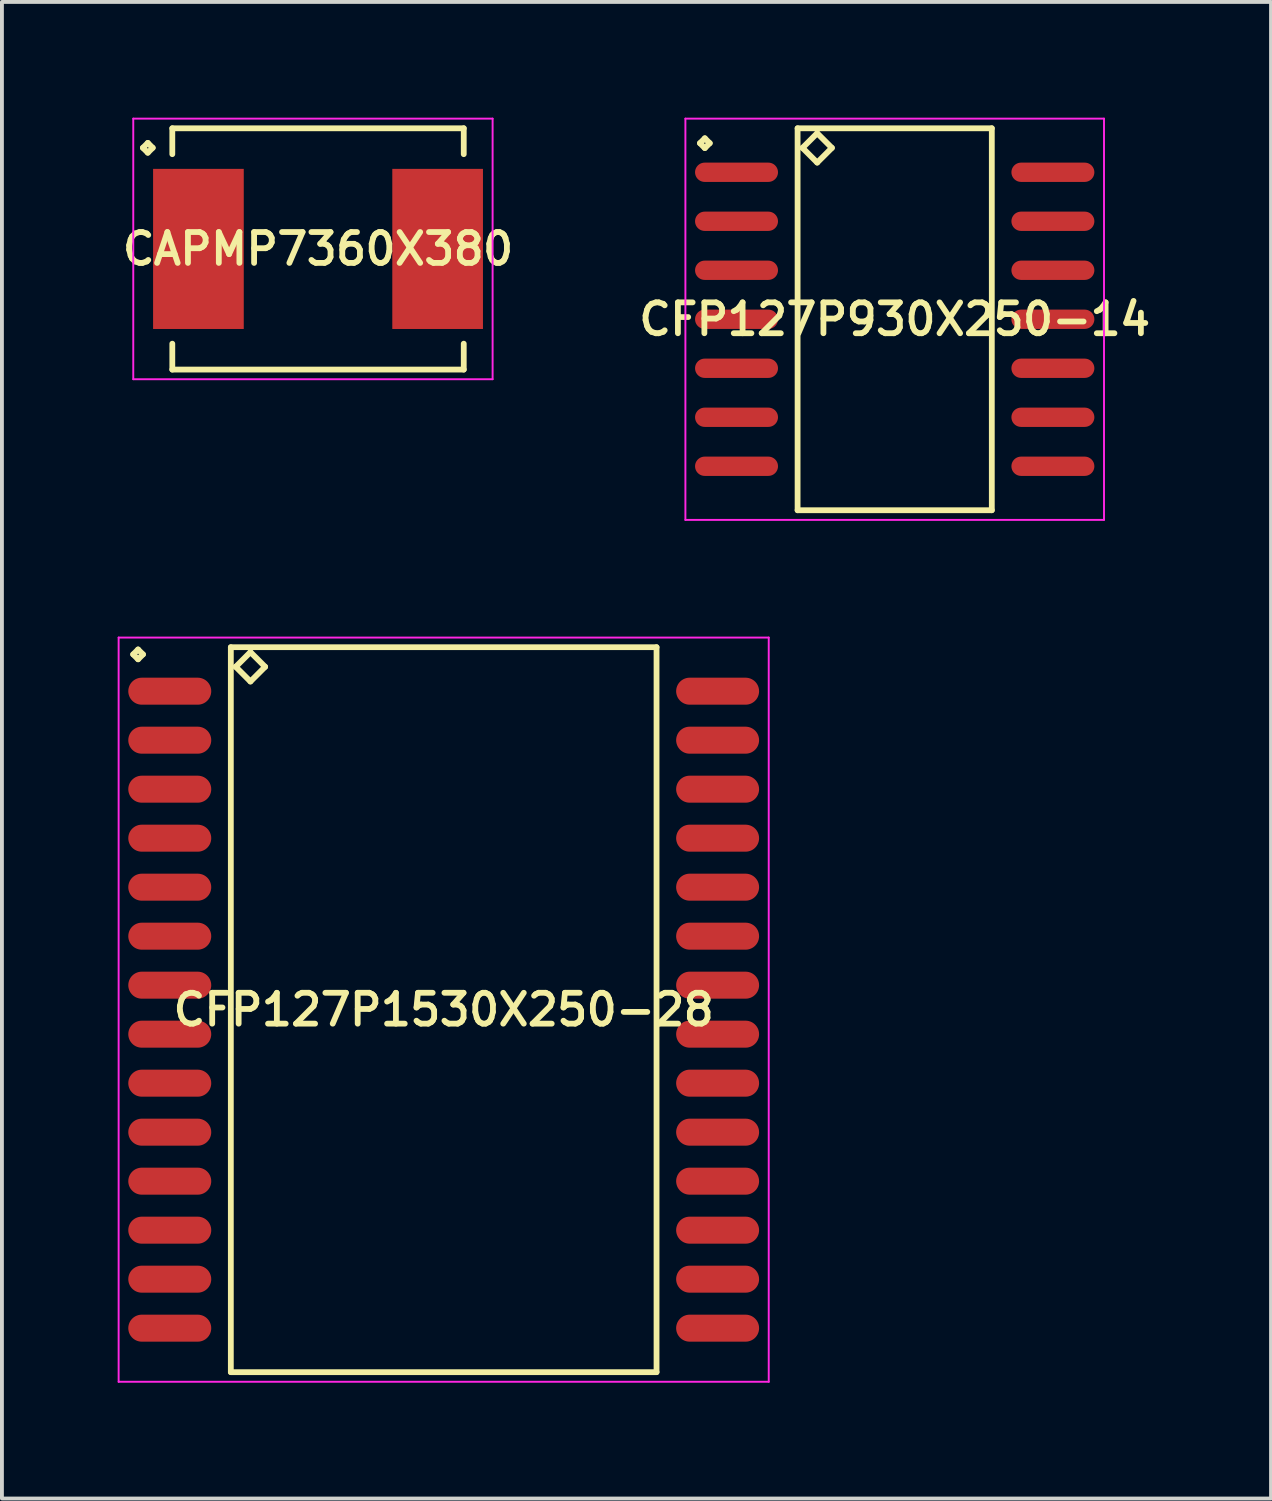
<source format=kicad_pcb>
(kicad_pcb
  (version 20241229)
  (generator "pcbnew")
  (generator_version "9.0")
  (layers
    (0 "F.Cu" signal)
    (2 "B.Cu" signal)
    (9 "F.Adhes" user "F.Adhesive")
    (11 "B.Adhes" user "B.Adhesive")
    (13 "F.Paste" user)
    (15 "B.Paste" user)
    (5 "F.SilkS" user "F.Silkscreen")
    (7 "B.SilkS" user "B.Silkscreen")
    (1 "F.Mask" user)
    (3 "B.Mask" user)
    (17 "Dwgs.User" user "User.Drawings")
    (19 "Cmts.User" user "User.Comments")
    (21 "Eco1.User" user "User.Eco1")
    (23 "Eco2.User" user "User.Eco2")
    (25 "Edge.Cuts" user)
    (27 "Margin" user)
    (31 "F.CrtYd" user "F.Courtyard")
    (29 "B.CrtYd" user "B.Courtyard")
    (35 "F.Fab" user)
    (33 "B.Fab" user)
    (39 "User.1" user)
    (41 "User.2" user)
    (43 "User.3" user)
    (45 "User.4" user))
  (footprint "CFP127P930X250-14"
    (layer "F.Cu")
    (at 20.14 5.225)
    (property "Reference" "CFP127P930X250-14" (at 0 0 0) (layer "F.SilkS") (effects (font (size 0.8 0.8) (thickness 0.15))))
    (attr smd)
    (fp_line (start -5.048 -4.564) (end -4.921 -4.691) (stroke (width 0.15) (type solid)) (layer "F.SilkS"))
    (fp_line (start -4.921 -4.691) (end -4.794 -4.564) (stroke (width 0.15) (type solid)) (layer "F.SilkS"))
    (fp_line (start -4.921 -4.437) (end -5.048 -4.564) (stroke (width 0.15) (type solid)) (layer "F.SilkS"))
    (fp_line (start -4.794 -4.564) (end -4.921 -4.437) (stroke (width 0.15) (type solid)) (layer "F.SilkS"))
    (fp_line (start -2.517 -4.95) (end -2.517 4.95) (stroke (width 0.15) (type solid)) (layer "F.SilkS"))
    (fp_line (start -2.517 4.95) (end 2.517 4.95) (stroke (width 0.15) (type solid)) (layer "F.SilkS"))
    (fp_line (start -2.39 -4.442) (end -2.009 -4.823) (stroke (width 0.15) (type solid)) (layer "F.SilkS"))
    (fp_line (start -2.009 -4.823) (end -1.628 -4.442) (stroke (width 0.15) (type solid)) (layer "F.SilkS"))
    (fp_line (start -2.009 -4.061) (end -2.39 -4.442) (stroke (width 0.15) (type solid)) (layer "F.SilkS"))
    (fp_line (start -1.628 -4.442) (end -2.009 -4.061) (stroke (width 0.15) (type solid)) (layer "F.SilkS"))
    (fp_line (start 2.517 -4.95) (end -2.517 -4.95) (stroke (width 0.15) (type solid)) (layer "F.SilkS"))
    (fp_line (start 2.517 4.95) (end 2.517 -4.95) (stroke (width 0.15) (type solid)) (layer "F.SilkS"))
    (fp_line (start -5.425 -5.2) (end 5.425 -5.2) (stroke (width 0.05) (type solid)) (layer "F.CrtYd"))
    (fp_line (start -5.425 5.2) (end -5.425 -5.2) (stroke (width 0.05) (type solid)) (layer "F.CrtYd"))
    (fp_line (start 5.425 -5.2) (end 5.425 5.2) (stroke (width 0.05) (type solid)) (layer "F.CrtYd"))
    (fp_line (start 5.425 5.2) (end -5.425 5.2) (stroke (width 0.05) (type solid)) (layer "F.CrtYd"))
    (pad "1" smd oval (at -4.1 -3.81) (size 2.15 0.5) (layers "F.Cu" "F.Mask" "F.Paste"))
    (pad "2" smd oval (at -4.1 -2.54) (size 2.15 0.5) (layers "F.Cu" "F.Mask" "F.Paste"))
    (pad "3" smd oval (at -4.1 -1.27) (size 2.15 0.5) (layers "F.Cu" "F.Mask" "F.Paste"))
    (pad "4" smd oval (at -4.1 0) (size 2.15 0.5) (layers "F.Cu" "F.Mask" "F.Paste"))
    (pad "5" smd oval (at -4.1 1.27) (size 2.15 0.5) (layers "F.Cu" "F.Mask" "F.Paste"))
    (pad "6" smd oval (at -4.1 2.54) (size 2.15 0.5) (layers "F.Cu" "F.Mask" "F.Paste"))
    (pad "7" smd oval (at -4.1 3.81) (size 2.15 0.5) (layers "F.Cu" "F.Mask" "F.Paste"))
    (pad "8" smd oval (at 4.1 3.81) (size 2.15 0.5) (layers "F.Cu" "F.Mask" "F.Paste"))
    (pad "9" smd oval (at 4.1 2.54) (size 2.15 0.5) (layers "F.Cu" "F.Mask" "F.Paste"))
    (pad "10" smd oval (at 4.1 1.27) (size 2.15 0.5) (layers "F.Cu" "F.Mask" "F.Paste"))
    (pad "11" smd oval (at 4.1 0) (size 2.15 0.5) (layers "F.Cu" "F.Mask" "F.Paste"))
    (pad "12" smd oval (at 4.1 -1.27) (size 2.15 0.5) (layers "F.Cu" "F.Mask" "F.Paste"))
    (pad "13" smd oval (at 4.1 -2.54) (size 2.15 0.5) (layers "F.Cu" "F.Mask" "F.Paste"))
    (pad "14" smd oval (at 4.1 -3.81) (size 2.15 0.5) (layers "F.Cu" "F.Mask" "F.Paste")))
  (footprint "CAPMP7360X380"
    (layer "F.Cu")
    (at 5.193 3.402)
    (property "Reference" "CAPMP7360X380" (at 0 0 0) (layer "F.SilkS") (effects (font (size 0.8 0.8) (thickness 0.15))))
    (attr smd)
    (fp_line (start -4.539 -2.621) (end -4.412 -2.748) (stroke (width 0.15) (type solid)) (layer "F.SilkS"))
    (fp_line (start -4.412 -2.748) (end -4.285 -2.621) (stroke (width 0.15) (type solid)) (layer "F.SilkS"))
    (fp_line (start -4.412 -2.494) (end -4.539 -2.621) (stroke (width 0.15) (type solid)) (layer "F.SilkS"))
    (fp_line (start -4.285 -2.621) (end -4.412 -2.494) (stroke (width 0.15) (type solid)) (layer "F.SilkS"))
    (fp_line (start -3.777 -3.127) (end 3.777 -3.127) (stroke (width 0.15) (type solid)) (layer "F.SilkS"))
    (fp_line (start -3.777 -2.456) (end -3.777 -3.127) (stroke (width 0.15) (type solid)) (layer "F.SilkS"))
    (fp_line (start -3.777 2.456) (end -3.777 3.127) (stroke (width 0.15) (type solid)) (layer "F.SilkS"))
    (fp_line (start -3.777 3.127) (end 3.777 3.127) (stroke (width 0.15) (type solid)) (layer "F.SilkS"))
    (fp_line (start 3.777 -3.127) (end 3.777 -2.456) (stroke (width 0.15) (type solid)) (layer "F.SilkS"))
    (fp_line (start 3.777 3.127) (end 3.777 2.456) (stroke (width 0.15) (type solid)) (layer "F.SilkS"))
    (fp_line (start -4.789 -3.377) (end 4.525 -3.377) (stroke (width 0.05) (type solid)) (layer "F.CrtYd"))
    (fp_line (start -4.789 3.377) (end -4.789 -3.377) (stroke (width 0.05) (type solid)) (layer "F.CrtYd"))
    (fp_line (start 4.525 -3.377) (end 4.525 3.377) (stroke (width 0.05) (type solid)) (layer "F.CrtYd"))
    (fp_line (start 4.525 3.377) (end -4.789 3.377) (stroke (width 0.05) (type solid)) (layer "F.CrtYd"))
    (pad "1" smd rect (at -3.1 0) (size 2.35 4.15) (layers "F.Cu" "F.Mask" "F.Paste"))
    (pad "2" smd rect (at 3.1 0) (size 2.35 4.15) (layers "F.Cu" "F.Mask" "F.Paste")))
  (footprint "CFP127P1530X250-28"
    (layer "F.Cu")
    (at 8.45 23.12)
    (property "Reference" "CFP127P1530X250-28" (at 0 0 0) (layer "F.SilkS") (effects (font (size 0.8 0.8) (thickness 0.15))))
    (attr smd)
    (fp_line (start -8.048 -9.209) (end -7.921 -9.336) (stroke (width 0.15) (type solid)) (layer "F.SilkS"))
    (fp_line (start -7.921 -9.336) (end -7.794 -9.209) (stroke (width 0.15) (type solid)) (layer "F.SilkS"))
    (fp_line (start -7.921 -9.082) (end -8.048 -9.209) (stroke (width 0.15) (type solid)) (layer "F.SilkS"))
    (fp_line (start -7.794 -9.209) (end -7.921 -9.082) (stroke (width 0.15) (type solid)) (layer "F.SilkS"))
    (fp_line (start -5.517 -9.395) (end -5.517 9.395) (stroke (width 0.15) (type solid)) (layer "F.SilkS"))
    (fp_line (start -5.517 9.395) (end 5.517 9.395) (stroke (width 0.15) (type solid)) (layer "F.SilkS"))
    (fp_line (start -5.39 -8.887) (end -5.009 -9.268) (stroke (width 0.15) (type solid)) (layer "F.SilkS"))
    (fp_line (start -5.009 -9.268) (end -4.628 -8.887) (stroke (width 0.15) (type solid)) (layer "F.SilkS"))
    (fp_line (start -5.009 -8.506) (end -5.39 -8.887) (stroke (width 0.15) (type solid)) (layer "F.SilkS"))
    (fp_line (start -4.628 -8.887) (end -5.009 -8.506) (stroke (width 0.15) (type solid)) (layer "F.SilkS"))
    (fp_line (start 5.517 -9.395) (end -5.517 -9.395) (stroke (width 0.15) (type solid)) (layer "F.SilkS"))
    (fp_line (start 5.517 9.395) (end 5.517 -9.395) (stroke (width 0.15) (type solid)) (layer "F.SilkS"))
    (fp_line (start -8.425 -9.645) (end 8.425 -9.645) (stroke (width 0.05) (type solid)) (layer "F.CrtYd"))
    (fp_line (start -8.425 9.645) (end -8.425 -9.645) (stroke (width 0.05) (type solid)) (layer "F.CrtYd"))
    (fp_line (start 8.425 -9.645) (end 8.425 9.645) (stroke (width 0.05) (type solid)) (layer "F.CrtYd"))
    (fp_line (start 8.425 9.645) (end -8.425 9.645) (stroke (width 0.05) (type solid)) (layer "F.CrtYd"))
    (pad "1" smd oval (at -7.1 -8.255) (size 2.15 0.7) (layers "F.Cu" "F.Mask" "F.Paste"))
    (pad "2" smd oval (at -7.1 -6.985) (size 2.15 0.7) (layers "F.Cu" "F.Mask" "F.Paste"))
    (pad "3" smd oval (at -7.1 -5.715) (size 2.15 0.7) (layers "F.Cu" "F.Mask" "F.Paste"))
    (pad "4" smd oval (at -7.1 -4.445) (size 2.15 0.7) (layers "F.Cu" "F.Mask" "F.Paste"))
    (pad "5" smd oval (at -7.1 -3.175) (size 2.15 0.7) (layers "F.Cu" "F.Mask" "F.Paste"))
    (pad "6" smd oval (at -7.1 -1.905) (size 2.15 0.7) (layers "F.Cu" "F.Mask" "F.Paste"))
    (pad "7" smd oval (at -7.1 -0.635) (size 2.15 0.7) (layers "F.Cu" "F.Mask" "F.Paste"))
    (pad "8" smd oval (at -7.1 0.635) (size 2.15 0.7) (layers "F.Cu" "F.Mask" "F.Paste"))
    (pad "9" smd oval (at -7.1 1.905) (size 2.15 0.7) (layers "F.Cu" "F.Mask" "F.Paste"))
    (pad "10" smd oval (at -7.1 3.175) (size 2.15 0.7) (layers "F.Cu" "F.Mask" "F.Paste"))
    (pad "11" smd oval (at -7.1 4.445) (size 2.15 0.7) (layers "F.Cu" "F.Mask" "F.Paste"))
    (pad "12" smd oval (at -7.1 5.715) (size 2.15 0.7) (layers "F.Cu" "F.Mask" "F.Paste"))
    (pad "13" smd oval (at -7.1 6.985) (size 2.15 0.7) (layers "F.Cu" "F.Mask" "F.Paste"))
    (pad "14" smd oval (at -7.1 8.255) (size 2.15 0.7) (layers "F.Cu" "F.Mask" "F.Paste"))
    (pad "15" smd oval (at 7.1 8.255) (size 2.15 0.7) (layers "F.Cu" "F.Mask" "F.Paste"))
    (pad "16" smd oval (at 7.1 6.985) (size 2.15 0.7) (layers "F.Cu" "F.Mask" "F.Paste"))
    (pad "17" smd oval (at 7.1 5.715) (size 2.15 0.7) (layers "F.Cu" "F.Mask" "F.Paste"))
    (pad "18" smd oval (at 7.1 4.445) (size 2.15 0.7) (layers "F.Cu" "F.Mask" "F.Paste"))
    (pad "19" smd oval (at 7.1 3.175) (size 2.15 0.7) (layers "F.Cu" "F.Mask" "F.Paste"))
    (pad "20" smd oval (at 7.1 1.905) (size 2.15 0.7) (layers "F.Cu" "F.Mask" "F.Paste"))
    (pad "21" smd oval (at 7.1 0.635) (size 2.15 0.7) (layers "F.Cu" "F.Mask" "F.Paste"))
    (pad "22" smd oval (at 7.1 -0.635) (size 2.15 0.7) (layers "F.Cu" "F.Mask" "F.Paste"))
    (pad "23" smd oval (at 7.1 -1.905) (size 2.15 0.7) (layers "F.Cu" "F.Mask" "F.Paste"))
    (pad "24" smd oval (at 7.1 -3.175) (size 2.15 0.7) (layers "F.Cu" "F.Mask" "F.Paste"))
    (pad "25" smd oval (at 7.1 -4.445) (size 2.15 0.7) (layers "F.Cu" "F.Mask" "F.Paste"))
    (pad "26" smd oval (at 7.1 -5.715) (size 2.15 0.7) (layers "F.Cu" "F.Mask" "F.Paste"))
    (pad "27" smd oval (at 7.1 -6.985) (size 2.15 0.7) (layers "F.Cu" "F.Mask" "F.Paste"))
    (pad "28" smd oval (at 7.1 -8.255) (size 2.15 0.7) (layers "F.Cu" "F.Mask" "F.Paste")))
  (gr_rect
    (start -3 -3)
    (end 29.894 35.79)
    (stroke (width 0.1) (type default))
    (fill no)
    (layer "Edge.Cuts")))
</source>
